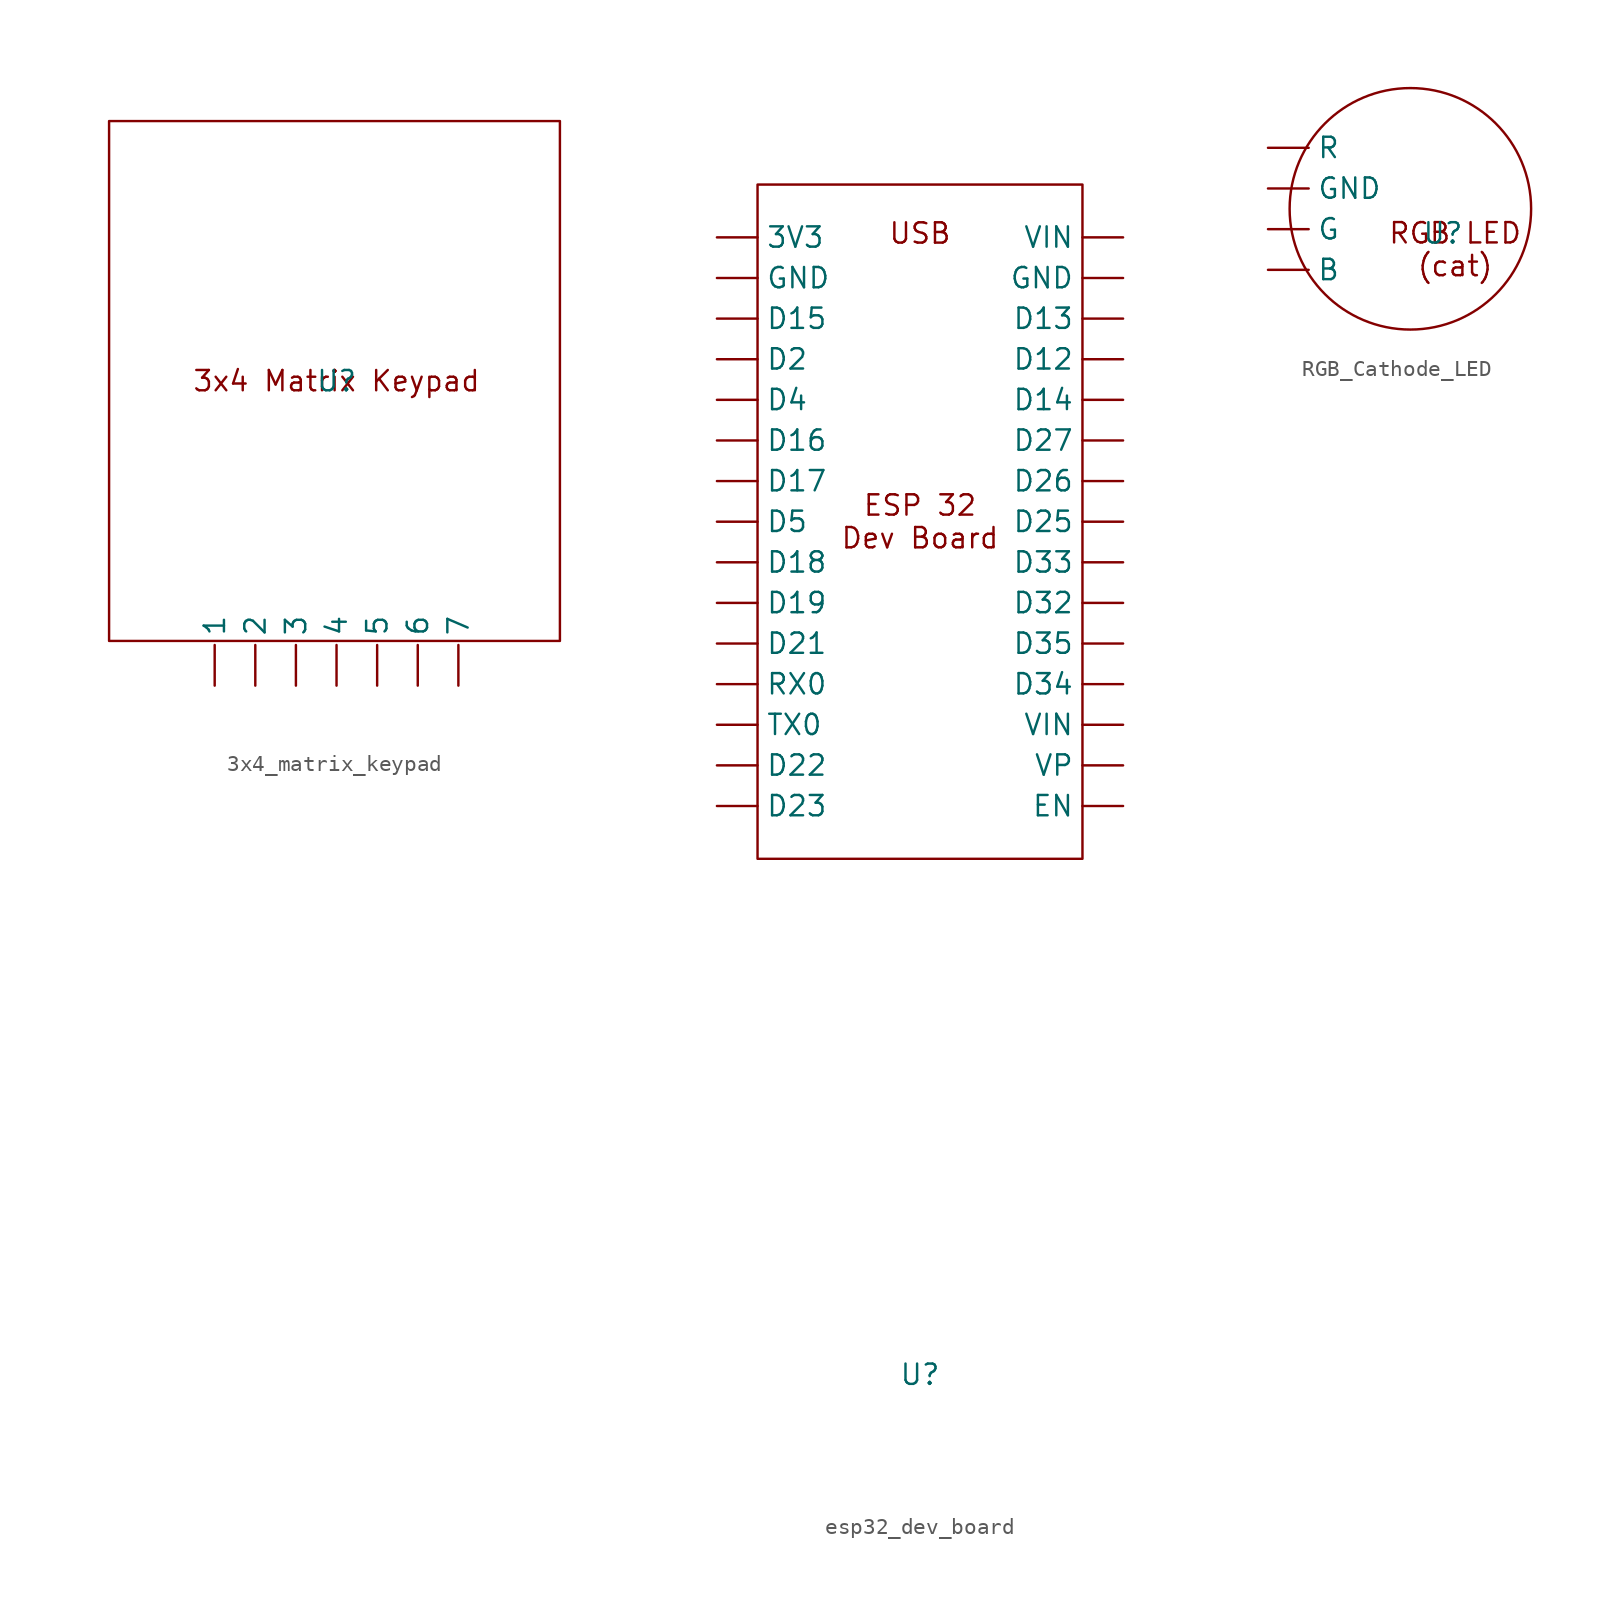
<source format=kicad_sym>
(kicad_symbol_lib
  (version 20231120)
  (generator "kicad_symbol_editor")
  (generator_version "8.0")
  (symbol "3x4_matrix_keypad"
    (property "Reference" "U"
      (at 0 0 0)
      (effects (font (size 1.27 1.27))))
    (property "Value" ""
      (at 0 0 0)
      (effects (font (size 1.27 1.27))))
    (symbol "3x4_matrix_keypad_0_1"
      (rectangle (start -14.224 16.256) (end 13.97 -16.256) (stroke (width 0) (type default)) (fill (type none))))
    (symbol "3x4_matrix_keypad_1_1"
      (text "3x4 Matrix Keypad" (at 0 0 0) (effects (font (size 1.27 1.27))))
      (pin output line (at -7.62 -19.05 90) (length 2.54) (name "1" (effects (font (size 1.27 1.27)))) (number "" (effects (font (size 1.27 1.27)))))
      (pin output line (at -5.08 -19.05 90) (length 2.54) (name "2" (effects (font (size 1.27 1.27)))) (number "" (effects (font (size 1.27 1.27)))))
      (pin output line (at -2.54 -19.05 90) (length 2.54) (name "3" (effects (font (size 1.27 1.27)))) (number "" (effects (font (size 1.27 1.27)))))
      (pin output line (at 0 -19.05 90) (length 2.54) (name "4" (effects (font (size 1.27 1.27)))) (number "" (effects (font (size 1.27 1.27)))))
      (pin output line (at 2.54 -19.05 90) (length 2.54) (name "5" (effects (font (size 1.27 1.27)))) (number "" (effects (font (size 1.27 1.27)))))
      (pin output line (at 5.08 -19.05 90) (length 2.54) (name "6" (effects (font (size 1.27 1.27)))) (number "" (effects (font (size 1.27 1.27)))))
      (pin output line (at 7.62 -19.05 90) (length 2.54) (name "7" (effects (font (size 1.27 1.27)))) (number "" (effects (font (size 1.27 1.27)))))))
  (symbol "esp32_dev_board"
    (property "Reference" "U"
      (at 0 0 0)
      (effects (font (size 1.27 1.27))))
    (property "Value" ""
      (at 0 0 0)
      (effects (font (size 1.27 1.27))))
    (symbol "esp32_dev_board_1_1"
      (rectangle (start -10.16 74.422) (end 10.16 32.258) (stroke (width 0) (type default)) (fill (type none)))
      (text "ESP 32\nDev Board" (at 0 53.34 0) (effects (font (size 1.27 1.27))))
      (text "USB" (at 0 71.374 0) (effects (font (size 1.27 1.27))))
      (pin output line (at -12.7 71.12 0) (length 2.54) (name "3V3" (effects (font (size 1.27 1.27)))) (number "" (effects (font (size 1.27 1.27)))))
      (pin output line (at 12.7 63.5 180) (length 2.54) (name "D12" (effects (font (size 1.27 1.27)))) (number "" (effects (font (size 1.27 1.27)))))
      (pin output line (at 12.7 66.04 180) (length 2.54) (name "D13" (effects (font (size 1.27 1.27)))) (number "" (effects (font (size 1.27 1.27)))))
      (pin output line (at 12.7 60.96 180) (length 2.54) (name "D14" (effects (font (size 1.27 1.27)))) (number "" (effects (font (size 1.27 1.27)))))
      (pin output line (at -12.7 66.04 0) (length 2.54) (name "D15" (effects (font (size 1.27 1.27)))) (number "" (effects (font (size 1.27 1.27)))))
      (pin output line (at -12.7 58.42 0) (length 2.54) (name "D16" (effects (font (size 1.27 1.27)))) (number "" (effects (font (size 1.27 1.27)))))
      (pin output line (at -12.7 55.88 0) (length 2.54) (name "D17" (effects (font (size 1.27 1.27)))) (number "" (effects (font (size 1.27 1.27)))))
      (pin output line (at -12.7 50.8 0) (length 2.54) (name "D18" (effects (font (size 1.27 1.27)))) (number "" (effects (font (size 1.27 1.27)))))
      (pin output line (at -12.7 48.26 0) (length 2.54) (name "D19" (effects (font (size 1.27 1.27)))) (number "" (effects (font (size 1.27 1.27)))))
      (pin output line (at -12.7 63.5 0) (length 2.54) (name "D2" (effects (font (size 1.27 1.27)))) (number "" (effects (font (size 1.27 1.27)))))
      (pin output line (at -12.7 45.72 0) (length 2.54) (name "D21" (effects (font (size 1.27 1.27)))) (number "" (effects (font (size 1.27 1.27)))))
      (pin output line (at -12.7 38.1 0) (length 2.54) (name "D22" (effects (font (size 1.27 1.27)))) (number "" (effects (font (size 1.27 1.27)))))
      (pin output line (at -12.7 35.56 0) (length 2.54) (name "D23" (effects (font (size 1.27 1.27)))) (number "" (effects (font (size 1.27 1.27)))))
      (pin output line (at 12.7 53.34 180) (length 2.54) (name "D25" (effects (font (size 1.27 1.27)))) (number "" (effects (font (size 1.27 1.27)))))
      (pin output line (at 12.7 55.88 180) (length 2.54) (name "D26" (effects (font (size 1.27 1.27)))) (number "" (effects (font (size 1.27 1.27)))))
      (pin output line (at 12.7 58.42 180) (length 2.54) (name "D27" (effects (font (size 1.27 1.27)))) (number "" (effects (font (size 1.27 1.27)))))
      (pin output line (at 12.7 48.26 180) (length 2.54) (name "D32" (effects (font (size 1.27 1.27)))) (number "" (effects (font (size 1.27 1.27)))))
      (pin output line (at 12.7 50.8 180) (length 2.54) (name "D33" (effects (font (size 1.27 1.27)))) (number "" (effects (font (size 1.27 1.27)))))
      (pin output line (at 12.7 43.18 180) (length 2.54) (name "D34" (effects (font (size 1.27 1.27)))) (number "" (effects (font (size 1.27 1.27)))))
      (pin output line (at 12.7 45.72 180) (length 2.54) (name "D35" (effects (font (size 1.27 1.27)))) (number "" (effects (font (size 1.27 1.27)))))
      (pin output line (at -12.7 60.96 0) (length 2.54) (name "D4" (effects (font (size 1.27 1.27)))) (number "" (effects (font (size 1.27 1.27)))))
      (pin output line (at -12.7 53.34 0) (length 2.54) (name "D5" (effects (font (size 1.27 1.27)))) (number "" (effects (font (size 1.27 1.27)))))
      (pin output line (at 12.7 35.56 180) (length 2.54) (name "EN" (effects (font (size 1.27 1.27)))) (number "" (effects (font (size 1.27 1.27)))))
      (pin output line (at -12.7 68.58 0) (length 2.54) (name "GND" (effects (font (size 1.27 1.27)))) (number "" (effects (font (size 1.27 1.27)))))
      (pin output line (at 12.7 68.58 180) (length 2.54) (name "GND" (effects (font (size 1.27 1.27)))) (number "" (effects (font (size 1.27 1.27)))))
      (pin output line (at -12.7 43.18 0) (length 2.54) (name "RX0" (effects (font (size 1.27 1.27)))) (number "" (effects (font (size 1.27 1.27)))))
      (pin output line (at -12.7 40.64 0) (length 2.54) (name "TX0" (effects (font (size 1.27 1.27)))) (number "" (effects (font (size 1.27 1.27)))))
      (pin output line (at 12.7 40.64 180) (length 2.54) (name "VIN" (effects (font (size 1.27 1.27)))) (number "" (effects (font (size 1.27 1.27)))))
      (pin output line (at 12.7 71.12 180) (length 2.54) (name "VIN" (effects (font (size 1.27 1.27)))) (number "" (effects (font (size 1.27 1.27)))))
      (pin output line (at 12.7 38.1 180) (length 2.54) (name "VP" (effects (font (size 1.27 1.27)))) (number "" (effects (font (size 1.27 1.27)))))))
  (symbol "RGB_Cathode_LED"
    (property "Reference" "U"
      (at 2.032 -1.524 0)
      (effects (font (size 1.27 1.27))))
    (property "Value" ""
      (at 0 0 0)
      (effects (font (size 1.27 1.27))))
    (symbol "RGB_Cathode_LED_0_1"
      (circle (center 0 0) (radius 7.539) (stroke (width 0) (type default)) (fill (type none))))
    (symbol "RGB_Cathode_LED_1_1"
      (text "RGB LED\n(cat)" (at 2.794 -2.54 0) (effects (font (size 1.27 1.27))))
      (pin output line (at -8.89 -3.81 0) (length 2.54) (name "B" (effects (font (size 1.27 1.27)))) (number "" (effects (font (size 1.27 1.27)))))
      (pin output line (at -8.89 -1.27 0) (length 2.54) (name "G" (effects (font (size 1.27 1.27)))) (number "" (effects (font (size 1.27 1.27)))))
      (pin output line (at -8.89 1.27 0) (length 2.54) (name "GND" (effects (font (size 1.27 1.27)))) (number "" (effects (font (size 1.27 1.27)))))
      (pin output line (at -8.89 3.81 0) (length 2.54) (name "R" (effects (font (size 1.27 1.27)))) (number "" (effects (font (size 1.27 1.27))))))))
</source>
